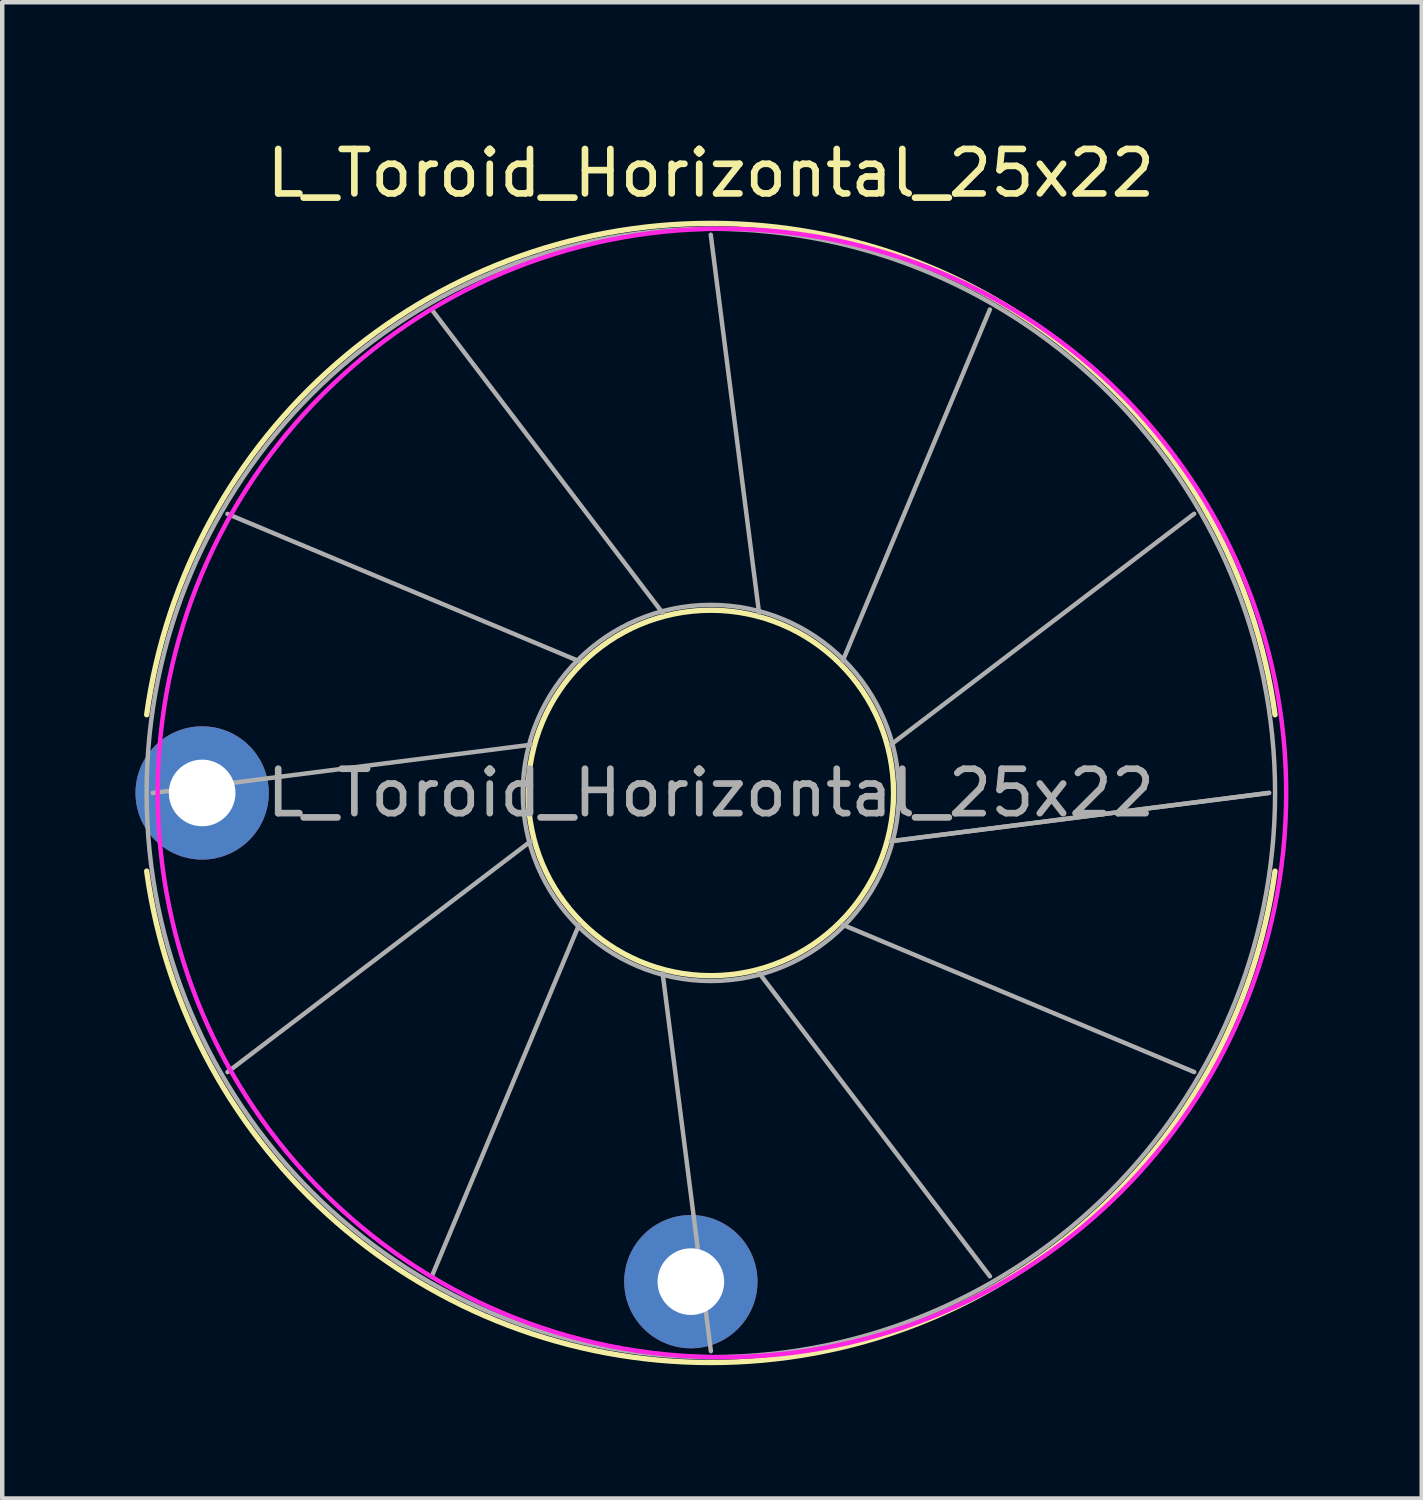
<source format=kicad_pcb>
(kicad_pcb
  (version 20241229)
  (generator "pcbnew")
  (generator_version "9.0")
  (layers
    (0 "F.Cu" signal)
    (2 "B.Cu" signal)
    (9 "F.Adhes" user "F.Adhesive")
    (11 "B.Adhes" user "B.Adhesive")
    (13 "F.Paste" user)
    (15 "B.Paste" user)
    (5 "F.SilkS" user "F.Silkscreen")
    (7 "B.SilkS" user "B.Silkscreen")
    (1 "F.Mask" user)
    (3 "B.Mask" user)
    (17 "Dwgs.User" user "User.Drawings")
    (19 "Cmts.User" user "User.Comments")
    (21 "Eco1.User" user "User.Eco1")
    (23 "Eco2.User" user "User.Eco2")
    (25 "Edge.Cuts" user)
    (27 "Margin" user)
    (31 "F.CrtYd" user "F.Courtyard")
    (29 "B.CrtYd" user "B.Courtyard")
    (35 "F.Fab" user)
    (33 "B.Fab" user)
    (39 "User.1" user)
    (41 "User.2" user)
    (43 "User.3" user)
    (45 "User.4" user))
  (footprint "L_Toroid_Horizontal_25x22"
    (layer "F.Cu")
    (at 1.5 14.798)
    (property "Reference" "L_Toroid_Horizontal_25x22" (at 11.45 -13.95 0) (layer "F.SilkS") (effects (font (size 1 1) (thickness 0.15))))
    (attr through_hole)
    (fp_arc (start -1.248614 -1.76) (mid 11.45 -12.82) (end 24.148614 -1.76) (stroke (width 0.12) (type solid)) (layer "F.SilkS"))
    (fp_arc (start 24.148614 1.76) (mid 11.45 12.82) (end -1.248614 1.76) (stroke (width 0.12) (type solid)) (layer "F.SilkS"))
    (fp_circle (center 11.45 0) (end 15.563 0) (stroke (width 0.12) (type solid)) (fill no) (layer "F.SilkS"))
    (fp_circle (center 11.7 0) (end 24.4 0) (stroke (width 0.1) (type solid)) (fill no) (layer "F.CrtYd"))
    (fp_line (start -1.114 0.001) (end 7.397 -1.085) (stroke (width 0.1) (type solid)) (layer "F.Fab"))
    (fp_line (start 0.569 -6.281) (end 8.483 -2.966) (stroke (width 0.1) (type solid)) (layer "F.Fab"))
    (fp_line (start 0.57 6.283) (end 7.397 1.086) (stroke (width 0.1) (type solid)) (layer "F.Fab"))
    (fp_line (start 5.167 -10.88) (end 10.364 -4.052) (stroke (width 0.1) (type solid)) (layer "F.Fab"))
    (fp_line (start 5.169 10.881) (end 8.483 2.967) (stroke (width 0.1) (type solid)) (layer "F.Fab"))
    (fp_line (start 11.448 -12.564) (end 12.535 -4.053) (stroke (width 0.1) (type solid)) (layer "F.Fab"))
    (fp_line (start 11.451 12.564) (end 10.364 4.053) (stroke (width 0.1) (type solid)) (layer "F.Fab"))
    (fp_line (start 17.73 -10.881) (end 14.416 -2.967) (stroke (width 0.1) (type solid)) (layer "F.Fab"))
    (fp_line (start 17.732 10.88) (end 12.536 4.053) (stroke (width 0.1) (type solid)) (layer "F.Fab"))
    (fp_line (start 22.329 -6.284) (end 15.502 -1.087) (stroke (width 0.1) (type solid)) (layer "F.Fab"))
    (fp_line (start 22.33 6.282) (end 14.417 2.967) (stroke (width 0.1) (type solid)) (layer "F.Fab"))
    (fp_line (start 24.014 -0.002) (end 15.503 1.085) (stroke (width 0.1) (type solid)) (layer "F.Fab"))
    (fp_line (start 24.014 0) (end 15.503 1.086) (stroke (width 0.1) (type solid)) (layer "F.Fab"))
    (fp_circle (center 11.45 0) (end 15.683 0) (stroke (width 0.1) (type solid)) (fill no) (layer "F.Fab"))
    (fp_circle (center 11.45 0) (end 24.15 0) (stroke (width 0.1) (type solid)) (fill no) (layer "F.Fab"))
    (fp_text user "${REFERENCE}" (at 11.45 0 0) (layer "F.Fab") (effects (font (size 1 1) (thickness 0.15))))
    (pad "1" thru_hole circle (at 0 0) (size 3 3) (drill 1.5) (layers "*.Cu" "*.Mask"))
    (pad "2" thru_hole circle (at 11 11) (size 3 3) (drill 1.5) (layers "*.Cu" "*.Mask")))
  (gr_rect
    (start -3 -3)
    (end 28.95 30.678)
    (stroke (width 0.1) (type default))
    (fill no)
    (layer "Edge.Cuts")))
</source>
